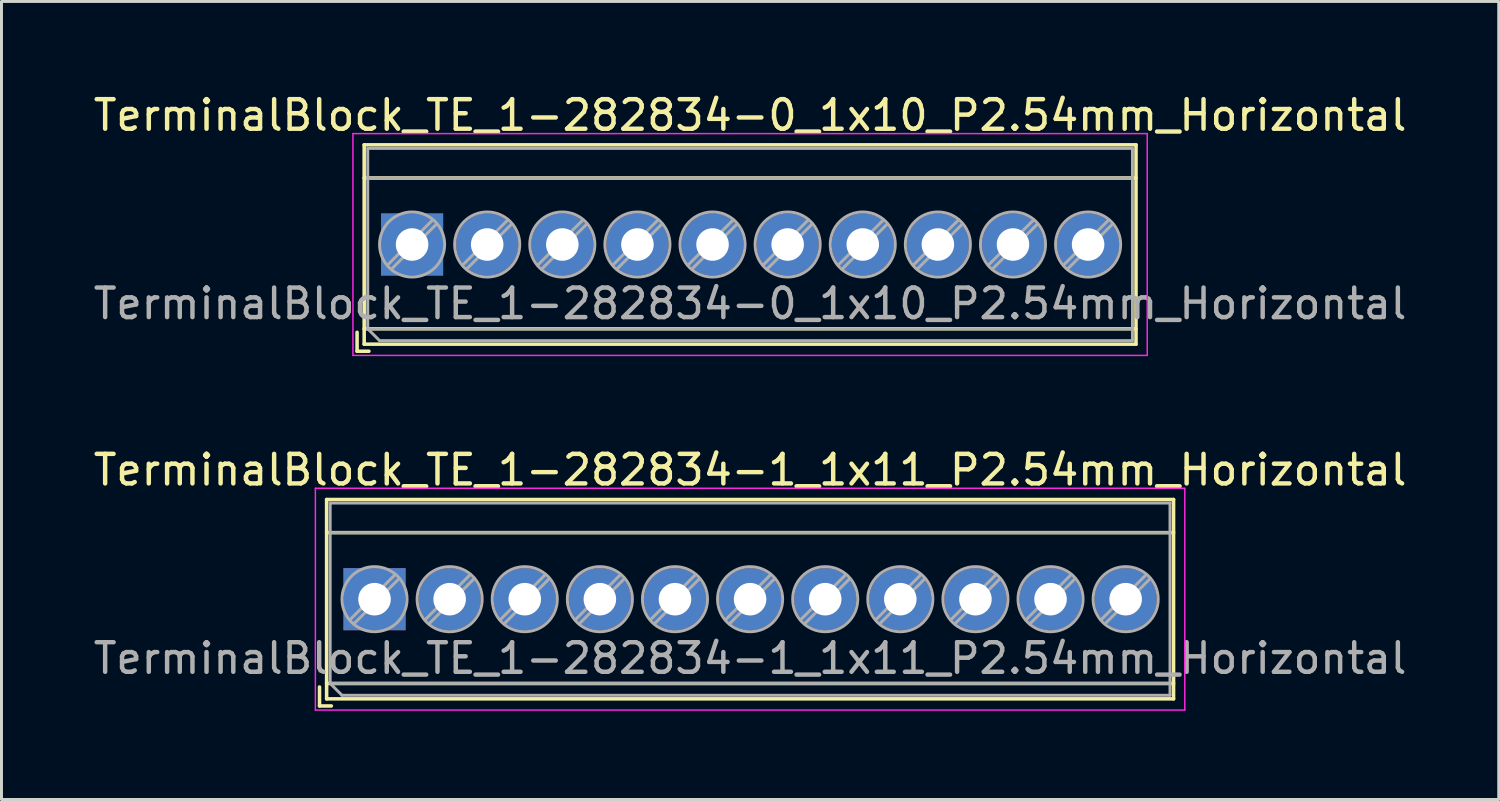
<source format=kicad_pcb>
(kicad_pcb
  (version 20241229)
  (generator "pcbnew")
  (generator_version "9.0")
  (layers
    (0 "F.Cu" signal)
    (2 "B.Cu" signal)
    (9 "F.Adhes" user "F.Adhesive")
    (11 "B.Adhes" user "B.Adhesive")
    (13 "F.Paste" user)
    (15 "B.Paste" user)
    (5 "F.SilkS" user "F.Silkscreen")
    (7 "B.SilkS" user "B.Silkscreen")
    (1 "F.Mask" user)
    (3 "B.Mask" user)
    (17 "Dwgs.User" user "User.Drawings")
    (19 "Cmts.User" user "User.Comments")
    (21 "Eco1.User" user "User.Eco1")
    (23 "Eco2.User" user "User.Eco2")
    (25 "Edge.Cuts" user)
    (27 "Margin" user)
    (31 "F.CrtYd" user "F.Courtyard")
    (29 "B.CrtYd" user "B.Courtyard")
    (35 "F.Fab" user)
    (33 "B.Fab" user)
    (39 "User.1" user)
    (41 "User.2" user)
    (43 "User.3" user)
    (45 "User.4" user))
  (footprint "TerminalBlock_TE_1-282834-1_1x11_P2.54mm_Horizontal"
    (layer "F.Cu")
    (at 9.615 17.212)
    (property "Reference" "TerminalBlock_TE_1-282834-1_1x11_P2.54mm_Horizontal" (at 12.7 -4.37 0) (layer "F.SilkS") (effects (font (size 1 1) (thickness 0.15))))
    (attr through_hole)
    (fp_line (start -1.86 2.97) (end -1.86 3.61) (stroke (width 0.12) (type solid)) (layer "F.SilkS"))
    (fp_line (start -1.86 3.61) (end -1.46 3.61) (stroke (width 0.12) (type solid)) (layer "F.SilkS"))
    (fp_line (start -1.62 -3.37) (end -1.62 3.37) (stroke (width 0.12) (type solid)) (layer "F.SilkS"))
    (fp_line (start -1.62 -3.37) (end 27.02 -3.37) (stroke (width 0.12) (type solid)) (layer "F.SilkS"))
    (fp_line (start -1.62 -2.25) (end 27.02 -2.25) (stroke (width 0.12) (type solid)) (layer "F.SilkS"))
    (fp_line (start -1.62 2.85) (end 27.02 2.85) (stroke (width 0.12) (type solid)) (layer "F.SilkS"))
    (fp_line (start -1.62 3.37) (end 27.02 3.37) (stroke (width 0.12) (type solid)) (layer "F.SilkS"))
    (fp_line (start 27.02 -3.37) (end 27.02 3.37) (stroke (width 0.12) (type solid)) (layer "F.SilkS"))
    (fp_line (start -2 -3.75) (end -2 3.75) (stroke (width 0.05) (type solid)) (layer "F.CrtYd"))
    (fp_line (start -2 3.75) (end 27.4 3.75) (stroke (width 0.05) (type solid)) (layer "F.CrtYd"))
    (fp_line (start 27.4 -3.75) (end -2 -3.75) (stroke (width 0.05) (type solid)) (layer "F.CrtYd"))
    (fp_line (start 27.4 3.75) (end 27.4 -3.75) (stroke (width 0.05) (type solid)) (layer "F.CrtYd"))
    (fp_line (start -1.5 -3.25) (end 26.9 -3.25) (stroke (width 0.1) (type solid)) (layer "F.Fab"))
    (fp_line (start -1.5 -2.25) (end 26.9 -2.25) (stroke (width 0.1) (type solid)) (layer "F.Fab"))
    (fp_line (start -1.5 2.85) (end -1.5 -3.25) (stroke (width 0.1) (type solid)) (layer "F.Fab"))
    (fp_line (start -1.5 2.85) (end 26.9 2.85) (stroke (width 0.1) (type solid)) (layer "F.Fab"))
    (fp_line (start -1.1 3.25) (end -1.5 2.85) (stroke (width 0.1) (type solid)) (layer "F.Fab"))
    (fp_line (start 0.701 -0.835) (end -0.835 0.7) (stroke (width 0.1) (type solid)) (layer "F.Fab"))
    (fp_line (start 0.835 -0.7) (end -0.701 0.835) (stroke (width 0.1) (type solid)) (layer "F.Fab"))
    (fp_line (start 3.241 -0.835) (end 1.706 0.7) (stroke (width 0.1) (type solid)) (layer "F.Fab"))
    (fp_line (start 3.375 -0.7) (end 1.84 0.835) (stroke (width 0.1) (type solid)) (layer "F.Fab"))
    (fp_line (start 5.781 -0.835) (end 4.246 0.7) (stroke (width 0.1) (type solid)) (layer "F.Fab"))
    (fp_line (start 5.915 -0.7) (end 4.38 0.835) (stroke (width 0.1) (type solid)) (layer "F.Fab"))
    (fp_line (start 8.321 -0.835) (end 6.786 0.7) (stroke (width 0.1) (type solid)) (layer "F.Fab"))
    (fp_line (start 8.455 -0.7) (end 6.92 0.835) (stroke (width 0.1) (type solid)) (layer "F.Fab"))
    (fp_line (start 10.861 -0.835) (end 9.326 0.7) (stroke (width 0.1) (type solid)) (layer "F.Fab"))
    (fp_line (start 10.995 -0.7) (end 9.46 0.835) (stroke (width 0.1) (type solid)) (layer "F.Fab"))
    (fp_line (start 13.401 -0.835) (end 11.866 0.7) (stroke (width 0.1) (type solid)) (layer "F.Fab"))
    (fp_line (start 13.535 -0.7) (end 12 0.835) (stroke (width 0.1) (type solid)) (layer "F.Fab"))
    (fp_line (start 15.941 -0.835) (end 14.406 0.7) (stroke (width 0.1) (type solid)) (layer "F.Fab"))
    (fp_line (start 16.075 -0.7) (end 14.54 0.835) (stroke (width 0.1) (type solid)) (layer "F.Fab"))
    (fp_line (start 18.481 -0.835) (end 16.946 0.7) (stroke (width 0.1) (type solid)) (layer "F.Fab"))
    (fp_line (start 18.615 -0.7) (end 17.08 0.835) (stroke (width 0.1) (type solid)) (layer "F.Fab"))
    (fp_line (start 21.021 -0.835) (end 19.486 0.7) (stroke (width 0.1) (type solid)) (layer "F.Fab"))
    (fp_line (start 21.155 -0.7) (end 19.62 0.835) (stroke (width 0.1) (type solid)) (layer "F.Fab"))
    (fp_line (start 23.561 -0.835) (end 22.026 0.7) (stroke (width 0.1) (type solid)) (layer "F.Fab"))
    (fp_line (start 23.695 -0.7) (end 22.16 0.835) (stroke (width 0.1) (type solid)) (layer "F.Fab"))
    (fp_line (start 26.101 -0.835) (end 24.566 0.7) (stroke (width 0.1) (type solid)) (layer "F.Fab"))
    (fp_line (start 26.235 -0.7) (end 24.7 0.835) (stroke (width 0.1) (type solid)) (layer "F.Fab"))
    (fp_line (start 26.9 -3.25) (end 26.9 3.25) (stroke (width 0.1) (type solid)) (layer "F.Fab"))
    (fp_line (start 26.9 3.25) (end -1.1 3.25) (stroke (width 0.1) (type solid)) (layer "F.Fab"))
    (fp_circle (center 0 0) (end 1.1 0) (stroke (width 0.1) (type solid)) (fill no) (layer "F.Fab"))
    (fp_circle (center 2.54 0) (end 3.64 0) (stroke (width 0.1) (type solid)) (fill no) (layer "F.Fab"))
    (fp_circle (center 5.08 0) (end 6.18 0) (stroke (width 0.1) (type solid)) (fill no) (layer "F.Fab"))
    (fp_circle (center 7.62 0) (end 8.72 0) (stroke (width 0.1) (type solid)) (fill no) (layer "F.Fab"))
    (fp_circle (center 10.16 0) (end 11.26 0) (stroke (width 0.1) (type solid)) (fill no) (layer "F.Fab"))
    (fp_circle (center 12.7 0) (end 13.8 0) (stroke (width 0.1) (type solid)) (fill no) (layer "F.Fab"))
    (fp_circle (center 15.24 0) (end 16.34 0) (stroke (width 0.1) (type solid)) (fill no) (layer "F.Fab"))
    (fp_circle (center 17.78 0) (end 18.88 0) (stroke (width 0.1) (type solid)) (fill no) (layer "F.Fab"))
    (fp_circle (center 20.32 0) (end 21.42 0) (stroke (width 0.1) (type solid)) (fill no) (layer "F.Fab"))
    (fp_circle (center 22.86 0) (end 23.96 0) (stroke (width 0.1) (type solid)) (fill no) (layer "F.Fab"))
    (fp_circle (center 25.4 0) (end 26.5 0) (stroke (width 0.1) (type solid)) (fill no) (layer "F.Fab"))
    (fp_text user "${REFERENCE}" (at 12.7 2 0) (layer "F.Fab") (effects (font (size 1 1) (thickness 0.15))))
    (pad "1" thru_hole rect (at 0 0) (size 2.1 2.1) (drill 1.1) (layers "*.Cu" "*.Mask"))
    (pad "2" thru_hole circle (at 2.54 0) (size 2.1 2.1) (drill 1.1) (layers "*.Cu" "*.Mask"))
    (pad "3" thru_hole circle (at 5.08 0) (size 2.1 2.1) (drill 1.1) (layers "*.Cu" "*.Mask"))
    (pad "4" thru_hole circle (at 7.62 0) (size 2.1 2.1) (drill 1.1) (layers "*.Cu" "*.Mask"))
    (pad "5" thru_hole circle (at 10.16 0) (size 2.1 2.1) (drill 1.1) (layers "*.Cu" "*.Mask"))
    (pad "6" thru_hole circle (at 12.7 0) (size 2.1 2.1) (drill 1.1) (layers "*.Cu" "*.Mask"))
    (pad "7" thru_hole circle (at 15.24 0) (size 2.1 2.1) (drill 1.1) (layers "*.Cu" "*.Mask"))
    (pad "8" thru_hole circle (at 17.78 0) (size 2.1 2.1) (drill 1.1) (layers "*.Cu" "*.Mask"))
    (pad "9" thru_hole circle (at 20.32 0) (size 2.1 2.1) (drill 1.1) (layers "*.Cu" "*.Mask"))
    (pad "10" thru_hole circle (at 22.86 0) (size 2.1 2.1) (drill 1.1) (layers "*.Cu" "*.Mask"))
    (pad "11" thru_hole circle (at 25.4 0) (size 2.1 2.1) (drill 1.1) (layers "*.Cu" "*.Mask")))
  (footprint "TerminalBlock_TE_1-282834-0_1x10_P2.54mm_Horizontal"
    (layer "F.Cu")
    (at 10.885 5.218)
    (property "Reference" "TerminalBlock_TE_1-282834-0_1x10_P2.54mm_Horizontal" (at 11.43 -4.37 0) (layer "F.SilkS") (effects (font (size 1 1) (thickness 0.15))))
    (attr through_hole)
    (fp_line (start -1.86 2.97) (end -1.86 3.61) (stroke (width 0.12) (type solid)) (layer "F.SilkS"))
    (fp_line (start -1.86 3.61) (end -1.46 3.61) (stroke (width 0.12) (type solid)) (layer "F.SilkS"))
    (fp_line (start -1.62 -3.37) (end -1.62 3.37) (stroke (width 0.12) (type solid)) (layer "F.SilkS"))
    (fp_line (start -1.62 -3.37) (end 24.48 -3.37) (stroke (width 0.12) (type solid)) (layer "F.SilkS"))
    (fp_line (start -1.62 -2.25) (end 24.48 -2.25) (stroke (width 0.12) (type solid)) (layer "F.SilkS"))
    (fp_line (start -1.62 2.85) (end 24.48 2.85) (stroke (width 0.12) (type solid)) (layer "F.SilkS"))
    (fp_line (start -1.62 3.37) (end 24.48 3.37) (stroke (width 0.12) (type solid)) (layer "F.SilkS"))
    (fp_line (start 24.48 -3.37) (end 24.48 3.37) (stroke (width 0.12) (type solid)) (layer "F.SilkS"))
    (fp_line (start -2 -3.75) (end -2 3.75) (stroke (width 0.05) (type solid)) (layer "F.CrtYd"))
    (fp_line (start -2 3.75) (end 24.86 3.75) (stroke (width 0.05) (type solid)) (layer "F.CrtYd"))
    (fp_line (start 24.86 -3.75) (end -2 -3.75) (stroke (width 0.05) (type solid)) (layer "F.CrtYd"))
    (fp_line (start 24.86 3.75) (end 24.86 -3.75) (stroke (width 0.05) (type solid)) (layer "F.CrtYd"))
    (fp_line (start -1.5 -3.25) (end 24.36 -3.25) (stroke (width 0.1) (type solid)) (layer "F.Fab"))
    (fp_line (start -1.5 -2.25) (end 24.36 -2.25) (stroke (width 0.1) (type solid)) (layer "F.Fab"))
    (fp_line (start -1.5 2.85) (end -1.5 -3.25) (stroke (width 0.1) (type solid)) (layer "F.Fab"))
    (fp_line (start -1.5 2.85) (end 24.36 2.85) (stroke (width 0.1) (type solid)) (layer "F.Fab"))
    (fp_line (start -1.1 3.25) (end -1.5 2.85) (stroke (width 0.1) (type solid)) (layer "F.Fab"))
    (fp_line (start 0.701 -0.835) (end -0.835 0.7) (stroke (width 0.1) (type solid)) (layer "F.Fab"))
    (fp_line (start 0.835 -0.7) (end -0.701 0.835) (stroke (width 0.1) (type solid)) (layer "F.Fab"))
    (fp_line (start 3.241 -0.835) (end 1.706 0.7) (stroke (width 0.1) (type solid)) (layer "F.Fab"))
    (fp_line (start 3.375 -0.7) (end 1.84 0.835) (stroke (width 0.1) (type solid)) (layer "F.Fab"))
    (fp_line (start 5.781 -0.835) (end 4.246 0.7) (stroke (width 0.1) (type solid)) (layer "F.Fab"))
    (fp_line (start 5.915 -0.7) (end 4.38 0.835) (stroke (width 0.1) (type solid)) (layer "F.Fab"))
    (fp_line (start 8.321 -0.835) (end 6.786 0.7) (stroke (width 0.1) (type solid)) (layer "F.Fab"))
    (fp_line (start 8.455 -0.7) (end 6.92 0.835) (stroke (width 0.1) (type solid)) (layer "F.Fab"))
    (fp_line (start 10.861 -0.835) (end 9.326 0.7) (stroke (width 0.1) (type solid)) (layer "F.Fab"))
    (fp_line (start 10.995 -0.7) (end 9.46 0.835) (stroke (width 0.1) (type solid)) (layer "F.Fab"))
    (fp_line (start 13.401 -0.835) (end 11.866 0.7) (stroke (width 0.1) (type solid)) (layer "F.Fab"))
    (fp_line (start 13.535 -0.7) (end 12 0.835) (stroke (width 0.1) (type solid)) (layer "F.Fab"))
    (fp_line (start 15.941 -0.835) (end 14.406 0.7) (stroke (width 0.1) (type solid)) (layer "F.Fab"))
    (fp_line (start 16.075 -0.7) (end 14.54 0.835) (stroke (width 0.1) (type solid)) (layer "F.Fab"))
    (fp_line (start 18.481 -0.835) (end 16.946 0.7) (stroke (width 0.1) (type solid)) (layer "F.Fab"))
    (fp_line (start 18.615 -0.7) (end 17.08 0.835) (stroke (width 0.1) (type solid)) (layer "F.Fab"))
    (fp_line (start 21.021 -0.835) (end 19.486 0.7) (stroke (width 0.1) (type solid)) (layer "F.Fab"))
    (fp_line (start 21.155 -0.7) (end 19.62 0.835) (stroke (width 0.1) (type solid)) (layer "F.Fab"))
    (fp_line (start 23.561 -0.835) (end 22.026 0.7) (stroke (width 0.1) (type solid)) (layer "F.Fab"))
    (fp_line (start 23.695 -0.7) (end 22.16 0.835) (stroke (width 0.1) (type solid)) (layer "F.Fab"))
    (fp_line (start 24.36 -3.25) (end 24.36 3.25) (stroke (width 0.1) (type solid)) (layer "F.Fab"))
    (fp_line (start 24.36 3.25) (end -1.1 3.25) (stroke (width 0.1) (type solid)) (layer "F.Fab"))
    (fp_circle (center 0 0) (end 1.1 0) (stroke (width 0.1) (type solid)) (fill no) (layer "F.Fab"))
    (fp_circle (center 2.54 0) (end 3.64 0) (stroke (width 0.1) (type solid)) (fill no) (layer "F.Fab"))
    (fp_circle (center 5.08 0) (end 6.18 0) (stroke (width 0.1) (type solid)) (fill no) (layer "F.Fab"))
    (fp_circle (center 7.62 0) (end 8.72 0) (stroke (width 0.1) (type solid)) (fill no) (layer "F.Fab"))
    (fp_circle (center 10.16 0) (end 11.26 0) (stroke (width 0.1) (type solid)) (fill no) (layer "F.Fab"))
    (fp_circle (center 12.7 0) (end 13.8 0) (stroke (width 0.1) (type solid)) (fill no) (layer "F.Fab"))
    (fp_circle (center 15.24 0) (end 16.34 0) (stroke (width 0.1) (type solid)) (fill no) (layer "F.Fab"))
    (fp_circle (center 17.78 0) (end 18.88 0) (stroke (width 0.1) (type solid)) (fill no) (layer "F.Fab"))
    (fp_circle (center 20.32 0) (end 21.42 0) (stroke (width 0.1) (type solid)) (fill no) (layer "F.Fab"))
    (fp_circle (center 22.86 0) (end 23.96 0) (stroke (width 0.1) (type solid)) (fill no) (layer "F.Fab"))
    (fp_text user "${REFERENCE}" (at 11.43 2 0) (layer "F.Fab") (effects (font (size 1 1) (thickness 0.15))))
    (pad "1" thru_hole rect (at 0 0) (size 2.1 2.1) (drill 1.1) (layers "*.Cu" "*.Mask"))
    (pad "2" thru_hole circle (at 2.54 0) (size 2.1 2.1) (drill 1.1) (layers "*.Cu" "*.Mask"))
    (pad "3" thru_hole circle (at 5.08 0) (size 2.1 2.1) (drill 1.1) (layers "*.Cu" "*.Mask"))
    (pad "4" thru_hole circle (at 7.62 0) (size 2.1 2.1) (drill 1.1) (layers "*.Cu" "*.Mask"))
    (pad "5" thru_hole circle (at 10.16 0) (size 2.1 2.1) (drill 1.1) (layers "*.Cu" "*.Mask"))
    (pad "6" thru_hole circle (at 12.7 0) (size 2.1 2.1) (drill 1.1) (layers "*.Cu" "*.Mask"))
    (pad "7" thru_hole circle (at 15.24 0) (size 2.1 2.1) (drill 1.1) (layers "*.Cu" "*.Mask"))
    (pad "8" thru_hole circle (at 17.78 0) (size 2.1 2.1) (drill 1.1) (layers "*.Cu" "*.Mask"))
    (pad "9" thru_hole circle (at 20.32 0) (size 2.1 2.1) (drill 1.1) (layers "*.Cu" "*.Mask"))
    (pad "10" thru_hole circle (at 22.86 0) (size 2.1 2.1) (drill 1.1) (layers "*.Cu" "*.Mask")))
  (gr_rect
    (start -3 -3)
    (end 47.631 23.986)
    (stroke (width 0.1) (type default))
    (fill no)
    (layer "Edge.Cuts")))
</source>
